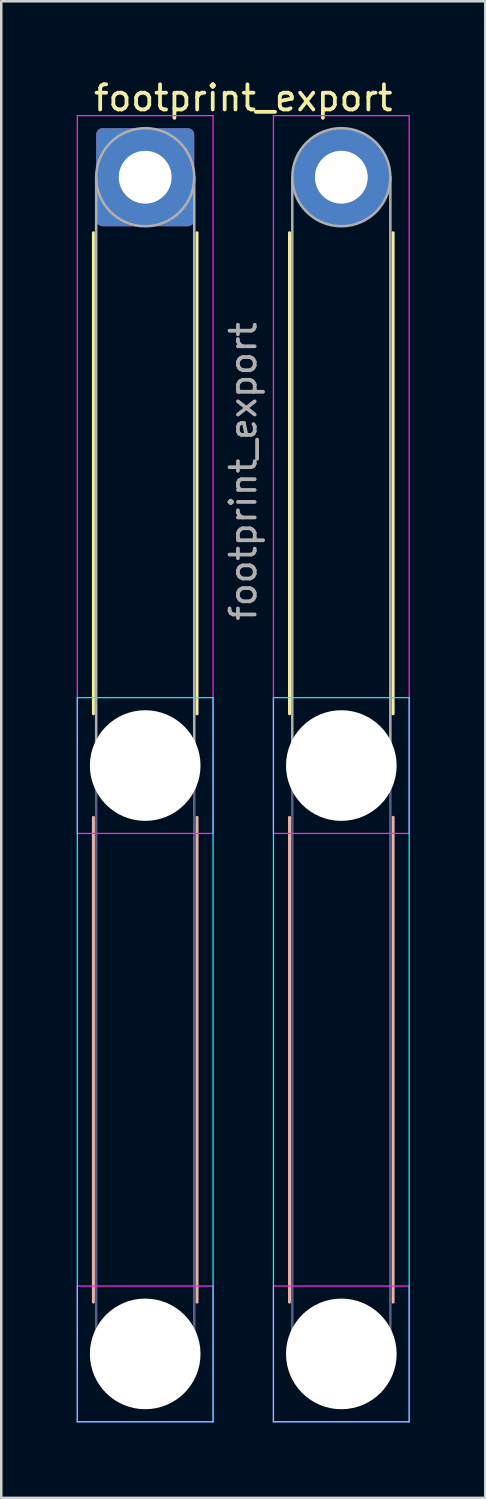
<source format=kicad_pcb>
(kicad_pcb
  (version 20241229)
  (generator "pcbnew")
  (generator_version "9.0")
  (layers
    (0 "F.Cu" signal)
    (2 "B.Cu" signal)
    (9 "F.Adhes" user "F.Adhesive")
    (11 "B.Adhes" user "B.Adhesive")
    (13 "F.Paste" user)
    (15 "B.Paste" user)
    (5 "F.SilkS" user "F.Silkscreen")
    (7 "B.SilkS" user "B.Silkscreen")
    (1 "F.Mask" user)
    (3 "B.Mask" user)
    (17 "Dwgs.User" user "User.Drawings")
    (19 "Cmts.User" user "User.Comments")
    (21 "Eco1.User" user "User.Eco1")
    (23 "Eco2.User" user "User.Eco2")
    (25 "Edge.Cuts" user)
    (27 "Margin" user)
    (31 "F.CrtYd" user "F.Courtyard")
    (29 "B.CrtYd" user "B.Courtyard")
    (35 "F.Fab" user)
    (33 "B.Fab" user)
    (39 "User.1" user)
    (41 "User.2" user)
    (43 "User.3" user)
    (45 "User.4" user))
  (footprint "footprint_export"
    (layer "F.Cu")
    (at 2.725 3.998)
    (property "Reference" "footprint_export" (at 3.9 -3.15 0) (layer "F.SilkS") (effects (font (size 1 1) (thickness 0.15))))
    (attr exclude_from_pos_files exclude_from_bom)
    (fp_line (start -2.06 2.21) (end -2.06 21.34) (stroke (width 0.12) (type solid)) (layer "F.SilkS"))
    (fp_line (start 2.06 2.21) (end 2.06 21.34) (stroke (width 0.12) (type solid)) (layer "F.SilkS"))
    (fp_line (start 5.74 2.21) (end 5.74 21.34) (stroke (width 0.12) (type solid)) (layer "F.SilkS"))
    (fp_line (start 9.86 2.21) (end 9.86 21.34) (stroke (width 0.12) (type solid)) (layer "F.SilkS"))
    (fp_line (start -2.06 25.46) (end -2.06 44.74) (stroke (width 0.12) (type solid)) (layer "B.SilkS"))
    (fp_line (start 2.06 25.46) (end 2.06 44.74) (stroke (width 0.12) (type solid)) (layer "B.SilkS"))
    (fp_line (start 5.74 25.46) (end 5.74 44.74) (stroke (width 0.12) (type solid)) (layer "B.SilkS"))
    (fp_line (start 9.86 25.46) (end 9.86 44.74) (stroke (width 0.12) (type solid)) (layer "B.SilkS"))
    (fp_line (start -2.7 20.7) (end -2.7 49.5) (stroke (width 0.05) (type solid)) (layer "B.CrtYd"))
    (fp_line (start -2.7 49.5) (end 2.7 49.5) (stroke (width 0.05) (type solid)) (layer "B.CrtYd"))
    (fp_line (start 2.7 20.7) (end -2.7 20.7) (stroke (width 0.05) (type solid)) (layer "B.CrtYd"))
    (fp_line (start 2.7 49.5) (end 2.7 20.7) (stroke (width 0.05) (type solid)) (layer "B.CrtYd"))
    (fp_line (start 5.1 20.7) (end 5.1 49.5) (stroke (width 0.05) (type solid)) (layer "B.CrtYd"))
    (fp_line (start 5.1 49.5) (end 10.5 49.5) (stroke (width 0.05) (type solid)) (layer "B.CrtYd"))
    (fp_line (start 10.5 20.7) (end 5.1 20.7) (stroke (width 0.05) (type solid)) (layer "B.CrtYd"))
    (fp_line (start 10.5 49.5) (end 10.5 20.7) (stroke (width 0.05) (type solid)) (layer "B.CrtYd"))
    (fp_line (start -2.7 -2.45) (end -2.7 26.1) (stroke (width 0.05) (type solid)) (layer "F.CrtYd"))
    (fp_line (start -2.7 26.1) (end 2.7 26.1) (stroke (width 0.05) (type solid)) (layer "F.CrtYd"))
    (fp_line (start -2.7 44.1) (end -2.7 49.5) (stroke (width 0.05) (type solid)) (layer "F.CrtYd"))
    (fp_line (start -2.7 49.5) (end 2.7 49.5) (stroke (width 0.05) (type solid)) (layer "F.CrtYd"))
    (fp_line (start 2.7 -2.45) (end -2.7 -2.45) (stroke (width 0.05) (type solid)) (layer "F.CrtYd"))
    (fp_line (start 2.7 26.1) (end 2.7 -2.45) (stroke (width 0.05) (type solid)) (layer "F.CrtYd"))
    (fp_line (start 2.7 44.1) (end -2.7 44.1) (stroke (width 0.05) (type solid)) (layer "F.CrtYd"))
    (fp_line (start 2.7 49.5) (end 2.7 44.1) (stroke (width 0.05) (type solid)) (layer "F.CrtYd"))
    (fp_line (start 5.1 -2.45) (end 5.1 26.1) (stroke (width 0.05) (type solid)) (layer "F.CrtYd"))
    (fp_line (start 5.1 26.1) (end 10.5 26.1) (stroke (width 0.05) (type solid)) (layer "F.CrtYd"))
    (fp_line (start 5.1 44.1) (end 5.1 49.5) (stroke (width 0.05) (type solid)) (layer "F.CrtYd"))
    (fp_line (start 5.1 49.5) (end 10.5 49.5) (stroke (width 0.05) (type solid)) (layer "F.CrtYd"))
    (fp_line (start 10.5 -2.45) (end 5.1 -2.45) (stroke (width 0.05) (type solid)) (layer "F.CrtYd"))
    (fp_line (start 10.5 26.1) (end 10.5 -2.45) (stroke (width 0.05) (type solid)) (layer "F.CrtYd"))
    (fp_line (start 10.5 44.1) (end 5.1 44.1) (stroke (width 0.05) (type solid)) (layer "F.CrtYd"))
    (fp_line (start 10.5 49.5) (end 10.5 44.1) (stroke (width 0.05) (type solid)) (layer "F.CrtYd"))
    (fp_line (start -1.95 23.4) (end -1.95 46.8) (stroke (width 0.1) (type solid)) (layer "B.Fab"))
    (fp_line (start 1.95 23.4) (end 1.95 46.8) (stroke (width 0.1) (type solid)) (layer "B.Fab"))
    (fp_line (start 5.85 23.4) (end 5.85 46.8) (stroke (width 0.1) (type solid)) (layer "B.Fab"))
    (fp_line (start 9.75 23.4) (end 9.75 46.8) (stroke (width 0.1) (type solid)) (layer "B.Fab"))
    (fp_circle (center 0 23.4) (end 1.95 23.4) (stroke (width 0.1) (type solid)) (fill no) (layer "B.Fab"))
    (fp_circle (center 0 46.8) (end 1.95 46.8) (stroke (width 0.1) (type solid)) (fill no) (layer "B.Fab"))
    (fp_circle (center 7.8 23.4) (end 9.75 23.4) (stroke (width 0.1) (type solid)) (fill no) (layer "B.Fab"))
    (fp_circle (center 7.8 46.8) (end 9.75 46.8) (stroke (width 0.1) (type solid)) (fill no) (layer "B.Fab"))
    (fp_line (start -1.95 0) (end -1.95 23.4) (stroke (width 0.1) (type solid)) (layer "F.Fab"))
    (fp_line (start 1.95 0) (end 1.95 23.4) (stroke (width 0.1) (type solid)) (layer "F.Fab"))
    (fp_line (start 5.85 0) (end 5.85 23.4) (stroke (width 0.1) (type solid)) (layer "F.Fab"))
    (fp_line (start 9.75 0) (end 9.75 23.4) (stroke (width 0.1) (type solid)) (layer "F.Fab"))
    (fp_circle (center 0 0) (end 1.95 0) (stroke (width 0.1) (type solid)) (fill no) (layer "F.Fab"))
    (fp_circle (center 0 23.4) (end 1.95 23.4) (stroke (width 0.1) (type solid)) (fill no) (layer "F.Fab"))
    (fp_circle (center 0 46.8) (end 1.95 46.8) (stroke (width 0.1) (type solid)) (fill no) (layer "F.Fab"))
    (fp_circle (center 7.8 0) (end 9.75 0) (stroke (width 0.1) (type solid)) (fill no) (layer "F.Fab"))
    (fp_circle (center 7.8 23.4) (end 9.75 23.4) (stroke (width 0.1) (type solid)) (fill no) (layer "F.Fab"))
    (fp_circle (center 7.8 46.8) (end 9.75 46.8) (stroke (width 0.1) (type solid)) (fill no) (layer "F.Fab"))
    (fp_text user "${REFERENCE}" (at 3.9 11.7 90) (layer "F.Fab") (effects (font (size 1 1) (thickness 0.15))))
    (pad "" np_thru_hole circle (at 0 23.4) (size 4.4 4.4) (drill 4.4) (layers "*.Cu" "*.Mask"))
    (pad "" np_thru_hole circle (at 0 46.8) (size 4.4 4.4) (drill 4.4) (layers "*.Cu" "*.Mask"))
    (pad "" np_thru_hole circle (at 7.8 23.4) (size 4.4 4.4) (drill 4.4) (layers "*.Cu" "*.Mask"))
    (pad "" np_thru_hole circle (at 7.8 46.8) (size 4.4 4.4) (drill 4.4) (layers "*.Cu" "*.Mask"))
    (pad "1" thru_hole roundrect (at 0 0) (size 3.9 3.9) (drill 2.1) (layers "*.Cu" "*.Mask") (roundrect_rratio 0.064))
    (pad "2" thru_hole circle (at 7.8 0) (size 3.9 3.9) (drill 2.1) (layers "*.Cu" "*.Mask")))
  (gr_rect
    (start -3 -3)
    (end 16.25 56.523)
    (stroke (width 0.1) (type default))
    (fill no)
    (layer "Edge.Cuts")))
</source>
